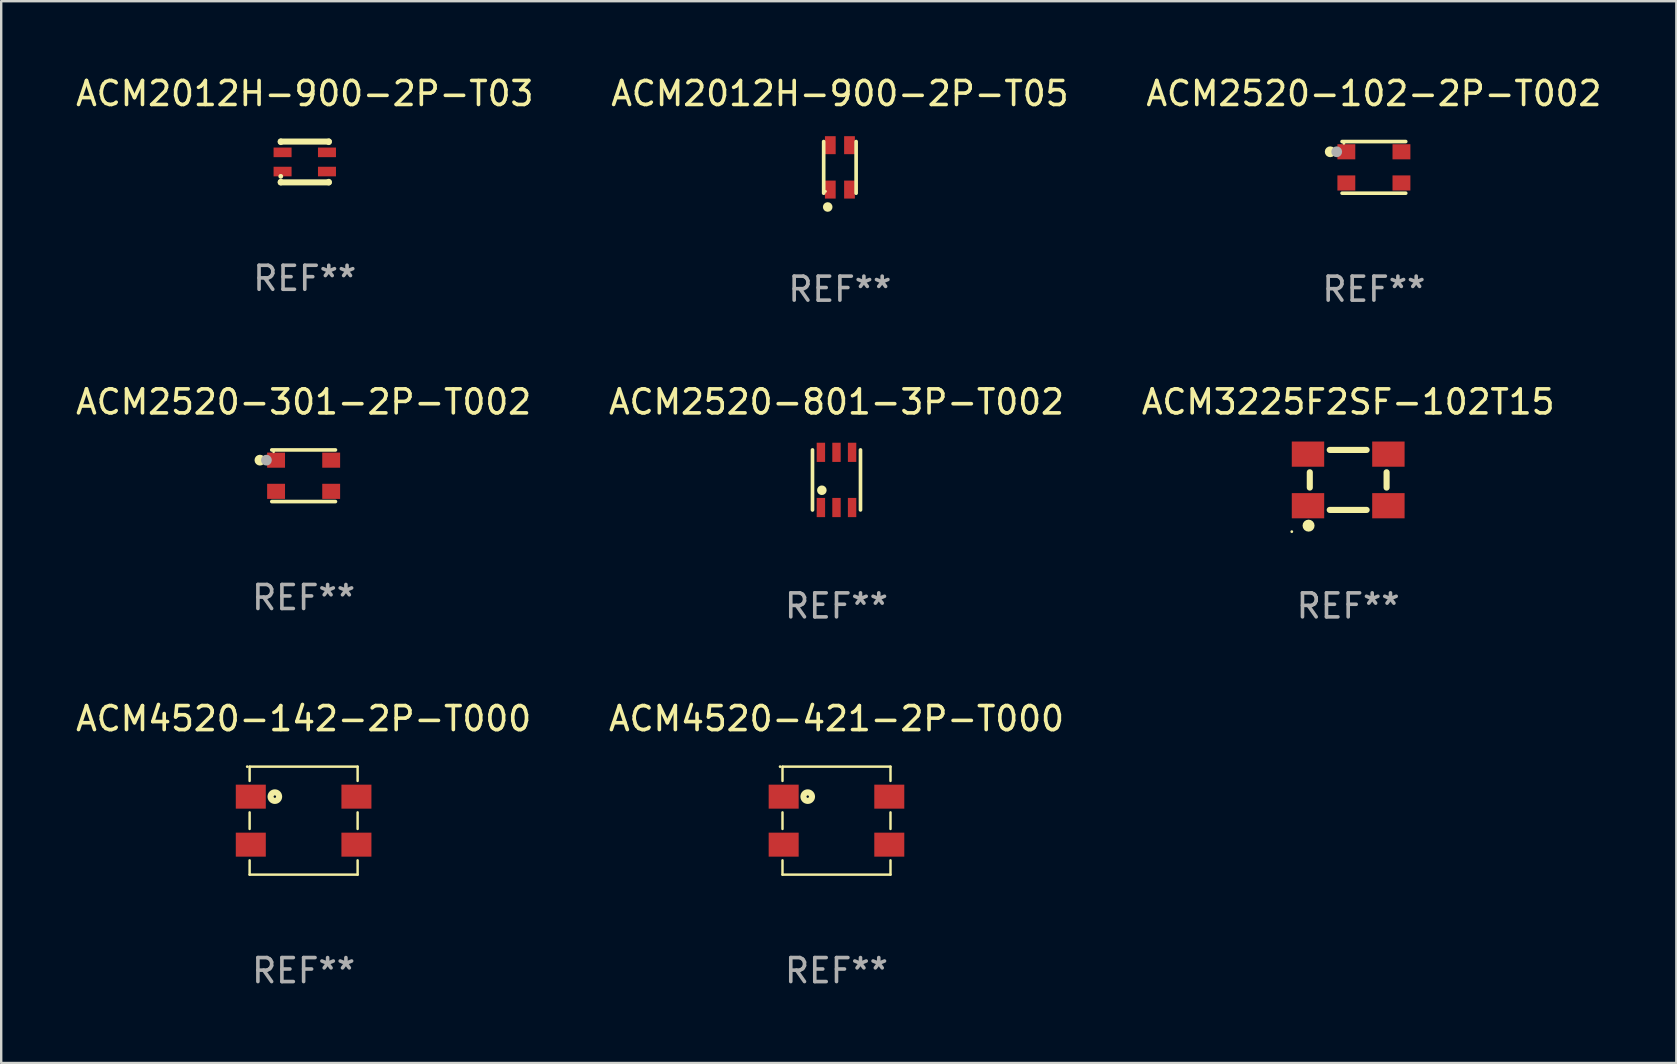
<source format=kicad_pcb>
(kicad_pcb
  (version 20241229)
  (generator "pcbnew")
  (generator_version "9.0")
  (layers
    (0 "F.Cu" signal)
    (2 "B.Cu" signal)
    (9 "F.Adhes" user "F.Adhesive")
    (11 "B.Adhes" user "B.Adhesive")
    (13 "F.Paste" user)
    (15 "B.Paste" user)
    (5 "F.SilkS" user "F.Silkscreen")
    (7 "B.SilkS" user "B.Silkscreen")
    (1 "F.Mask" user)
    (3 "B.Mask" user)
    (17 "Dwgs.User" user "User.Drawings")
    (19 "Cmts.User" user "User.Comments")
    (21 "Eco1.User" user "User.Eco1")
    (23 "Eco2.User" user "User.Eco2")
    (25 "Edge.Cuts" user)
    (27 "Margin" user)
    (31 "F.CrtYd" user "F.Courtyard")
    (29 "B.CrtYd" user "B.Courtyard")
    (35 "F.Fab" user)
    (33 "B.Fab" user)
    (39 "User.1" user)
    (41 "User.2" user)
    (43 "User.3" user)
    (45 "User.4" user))
  (footprint "ACM2520-102-2P-T002"
    (layer "F.Cu")
    (at 54.196 3.924)
    (property "Reference" "ACM2520-102-2P-T002" (at 0 -3.076 0) (layer "F.SilkS") (effects (font (size 1 1) (thickness 0.15))))
    (attr through_hole)
    (fp_line (start -1.326 -1.076) (end 1.326 -1.076) (stroke (width 0.152) (type solid)) (layer "F.SilkS"))
    (fp_line (start -1.326 1.076) (end 1.326 1.076) (stroke (width 0.152) (type solid)) (layer "F.SilkS"))
    (fp_circle (center -1.82 -0.65) (end -1.707 -0.65) (stroke (width 0.225) (type solid)) (fill no) (layer "F.SilkS"))
    (fp_circle (center -1.25 -1) (end -1.22 -1) (stroke (width 0.06) (type solid)) (fill no) (layer "F.SilkS"))
    (fp_circle (center -1.55 -0.65) (end -1.437 -0.65) (stroke (width 0.225) (type solid)) (fill no) (layer "F.Fab"))
    (fp_text user "REF**" (at 0 5.076 0) (layer "F.Fab") (effects (font (size 1 1) (thickness 0.15))))
    (pad "1" smd rect (at -1.148 -0.65 270) (size 0.63 0.745) (layers "F.Cu" "F.Mask" "F.Paste"))
    (pad "2" smd rect (at -1.148 0.65 270) (size 0.63 0.745) (layers "F.Cu" "F.Mask" "F.Paste"))
    (pad "3" smd rect (at 1.148 0.65 270) (size 0.63 0.745) (layers "F.Cu" "F.Mask" "F.Paste"))
    (pad "4" smd rect (at 1.148 -0.65 270) (size 0.63 0.745) (layers "F.Cu" "F.Mask" "F.Paste")))
  (footprint "ACM2520-301-2P-T002"
    (layer "F.Cu")
    (at 9.601 16.773)
    (property "Reference" "ACM2520-301-2P-T002" (at 0 -3.076 0) (layer "F.SilkS") (effects (font (size 1 1) (thickness 0.15))))
    (attr through_hole)
    (fp_line (start -1.326 -1.076) (end 1.326 -1.076) (stroke (width 0.152) (type solid)) (layer "F.SilkS"))
    (fp_line (start -1.326 1.076) (end 1.326 1.076) (stroke (width 0.152) (type solid)) (layer "F.SilkS"))
    (fp_circle (center -1.82 -0.65) (end -1.707 -0.65) (stroke (width 0.225) (type solid)) (fill no) (layer "F.SilkS"))
    (fp_circle (center -1.25 -1) (end -1.22 -1) (stroke (width 0.06) (type solid)) (fill no) (layer "F.SilkS"))
    (fp_circle (center -1.55 -0.65) (end -1.437 -0.65) (stroke (width 0.225) (type solid)) (fill no) (layer "F.Fab"))
    (fp_text user "REF**" (at 0 5.076 0) (layer "F.Fab") (effects (font (size 1 1) (thickness 0.15))))
    (pad "1" smd rect (at -1.148 -0.65 270) (size 0.63 0.745) (layers "F.Cu" "F.Mask" "F.Paste"))
    (pad "2" smd rect (at -1.148 0.65 270) (size 0.63 0.745) (layers "F.Cu" "F.Mask" "F.Paste"))
    (pad "3" smd rect (at 1.148 0.65 270) (size 0.63 0.745) (layers "F.Cu" "F.Mask" "F.Paste"))
    (pad "4" smd rect (at 1.148 -0.65 270) (size 0.63 0.745) (layers "F.Cu" "F.Mask" "F.Paste")))
  (footprint "ACM3225F2SF-102T15"
    (layer "F.Cu")
    (at 53.125 16.947)
    (property "Reference" "ACM3225F2SF-102T15" (at 0 -3.25 0) (layer "F.SilkS") (effects (font (size 1 1) (thickness 0.15))))
    (attr through_hole)
    (fp_line (start -1.6 0.319) (end -1.6 -0.319) (stroke (width 0.254) (type solid)) (layer "F.SilkS"))
    (fp_line (start -0.769 -1.25) (end 0.769 -1.25) (stroke (width 0.254) (type solid)) (layer "F.SilkS"))
    (fp_line (start -0.769 1.25) (end 0.769 1.25) (stroke (width 0.254) (type solid)) (layer "F.SilkS"))
    (fp_line (start 1.6 0.319) (end 1.6 -0.319) (stroke (width 0.254) (type solid)) (layer "F.SilkS"))
    (fp_circle (center -2.35 2.155) (end -2.32 2.155) (stroke (width 0.06) (type solid)) (fill no) (layer "F.SilkS"))
    (fp_circle (center -1.651 1.905) (end -1.526 1.905) (stroke (width 0.25) (type solid)) (fill no) (layer "F.SilkS"))
    (fp_text user "REF**" (at 0 5.25 0) (layer "F.Fab") (effects (font (size 1 1) (thickness 0.15))))
    (pad "1" smd rect (at -1.675 1.075 90) (size 1.05 1.35) (layers "F.Cu" "F.Mask" "F.Paste"))
    (pad "2" smd rect (at 1.675 1.075 90) (size 1.05 1.35) (layers "F.Cu" "F.Mask" "F.Paste"))
    (pad "3" smd rect (at 1.675 -1.075 90) (size 1.05 1.35) (layers "F.Cu" "F.Mask" "F.Paste"))
    (pad "4" smd rect (at -1.675 -1.075 90) (size 1.05 1.35) (layers "F.Cu" "F.Mask" "F.Paste")))
  (footprint "ACM2012H-900-2P-T03"
    (layer "F.Cu")
    (at 9.649 3.698)
    (property "Reference" "ACM2012H-900-2P-T03" (at 0 -2.85 0) (layer "F.SilkS") (effects (font (size 1 1) (thickness 0.15))))
    (attr through_hole)
    (fp_line (start -1 -0.85) (end -1 -0.831) (stroke (width 0.254) (type solid)) (layer "F.SilkS"))
    (fp_line (start -1 -0.85) (end 1 -0.85) (stroke (width 0.254) (type solid)) (layer "F.SilkS"))
    (fp_line (start -1 0.831) (end -1 0.85) (stroke (width 0.254) (type solid)) (layer "F.SilkS"))
    (fp_line (start -1 0.85) (end 1 0.85) (stroke (width 0.254) (type solid)) (layer "F.SilkS"))
    (fp_line (start 1 -0.85) (end 1 -0.831) (stroke (width 0.254) (type solid)) (layer "F.SilkS"))
    (fp_line (start 1 0.831) (end 1 0.85) (stroke (width 0.254) (type solid)) (layer "F.SilkS"))
    (fp_circle (center -1 0.6) (end -0.95 0.6) (stroke (width 0.1) (type solid)) (fill no) (layer "F.SilkS"))
    (fp_text user "REF**" (at 0 4.85 0) (layer "F.Fab") (effects (font (size 1 1) (thickness 0.15))))
    (pad "1" smd rect (at -0.925 0.4) (size 0.75 0.4) (layers "F.Cu" "F.Mask" "F.Paste"))
    (pad "2" smd rect (at -0.925 -0.4) (size 0.75 0.4) (layers "F.Cu" "F.Mask" "F.Paste"))
    (pad "3" smd rect (at 0.925 -0.4) (size 0.75 0.4) (layers "F.Cu" "F.Mask" "F.Paste"))
    (pad "4" smd rect (at 0.925 0.4) (size 0.75 0.4) (layers "F.Cu" "F.Mask" "F.Paste")))
  (footprint "ACM4520-421-2P-T000"
    (layer "F.Cu")
    (at 31.804 31.144)
    (property "Reference" "ACM4520-421-2P-T000" (at 0 -4.25 0) (layer "F.SilkS") (effects (font (size 1 1) (thickness 0.15))))
    (attr through_hole)
    (fp_line (start -2.25 -2.25) (end -2.25 -1.655) (stroke (width 0.102) (type solid)) (layer "F.SilkS"))
    (fp_line (start -2.25 -0.345) (end -2.25 0.346) (stroke (width 0.102) (type solid)) (layer "F.SilkS"))
    (fp_line (start -2.25 1.654) (end -2.25 2.25) (stroke (width 0.102) (type solid)) (layer "F.SilkS"))
    (fp_line (start -2.25 2.25) (end 2.25 2.25) (stroke (width 0.102) (type solid)) (layer "F.SilkS"))
    (fp_line (start 2.25 -2.25) (end -2.25 -2.25) (stroke (width 0.102) (type solid)) (layer "F.SilkS"))
    (fp_line (start 2.25 -1.655) (end 2.25 -2.25) (stroke (width 0.102) (type solid)) (layer "F.SilkS"))
    (fp_line (start 2.25 0.346) (end 2.25 -0.345) (stroke (width 0.102) (type solid)) (layer "F.SilkS"))
    (fp_line (start 2.25 2.25) (end 2.25 1.654) (stroke (width 0.102) (type solid)) (layer "F.SilkS"))
    (fp_circle (center -2.35 -2.25) (end -2.32 -2.25) (stroke (width 0.06) (type solid)) (fill no) (layer "F.SilkS"))
    (fp_circle (center -1.199 -1.001) (end -1.148 -1.001) (stroke (width 0.254) (type solid)) (fill no) (layer "F.SilkS"))
    (fp_text user "REF**" (at 0 6.25 0) (layer "F.Fab") (effects (font (size 1 1) (thickness 0.15))))
    (pad "1" smd rect (at -2.201 -1 90) (size 1 1.25) (layers "F.Cu" "F.Mask" "F.Paste"))
    (pad "2" smd rect (at -2.201 1 90) (size 1 1.25) (layers "F.Cu" "F.Mask" "F.Paste"))
    (pad "3" smd rect (at 2.2 1 90) (size 1 1.25) (layers "F.Cu" "F.Mask" "F.Paste"))
    (pad "4" smd rect (at 2.2 -1 90) (size 1 1.25) (layers "F.Cu" "F.Mask" "F.Paste")))
  (footprint "ACM2520-801-3P-T002"
    (layer "F.Cu")
    (at 31.804 16.947)
    (property "Reference" "ACM2520-801-3P-T002" (at 0 -3.25 0) (layer "F.SilkS") (effects (font (size 1 1) (thickness 0.15))))
    (attr through_hole)
    (fp_line (start -1 1.25) (end -1 -1.25) (stroke (width 0.152) (type solid)) (layer "F.SilkS"))
    (fp_line (start 1 -1.25) (end 1 1.25) (stroke (width 0.152) (type solid)) (layer "F.SilkS"))
    (fp_circle (center -1 1.25) (end -0.97 1.25) (stroke (width 0.06) (type solid)) (fill no) (layer "F.SilkS"))
    (fp_circle (center -0.61 0.43) (end -0.51 0.43) (stroke (width 0.2) (type solid)) (fill no) (layer "F.SilkS"))
    (fp_text user "REF**" (at 0 5.25 0) (layer "F.Fab") (effects (font (size 1 1) (thickness 0.15))))
    (pad "1" smd rect (at -0.65 1.15 180) (size 0.35 0.8) (layers "F.Cu" "F.Mask" "F.Paste"))
    (pad "2" smd rect (at 0 1.15 180) (size 0.35 0.8) (layers "F.Cu" "F.Mask" "F.Paste"))
    (pad "3" smd rect (at 0.65 1.15 180) (size 0.35 0.8) (layers "F.Cu" "F.Mask" "F.Paste"))
    (pad "4" smd rect (at 0.65 -1.15) (size 0.35 0.8) (layers "F.Cu" "F.Mask" "F.Paste"))
    (pad "5" smd rect (at 0 -1.15) (size 0.35 0.8) (layers "F.Cu" "F.Mask" "F.Paste"))
    (pad "6" smd rect (at -0.65 -1.15) (size 0.35 0.8) (layers "F.Cu" "F.Mask" "F.Paste")))
  (footprint "ACM4520-142-2P-T000"
    (layer "F.Cu")
    (at 9.601 31.144)
    (property "Reference" "ACM4520-142-2P-T000" (at 0 -4.25 0) (layer "F.SilkS") (effects (font (size 1 1) (thickness 0.15))))
    (attr through_hole)
    (fp_line (start -2.25 -2.25) (end -2.25 -1.655) (stroke (width 0.102) (type solid)) (layer "F.SilkS"))
    (fp_line (start -2.25 -0.345) (end -2.25 0.346) (stroke (width 0.102) (type solid)) (layer "F.SilkS"))
    (fp_line (start -2.25 1.654) (end -2.25 2.25) (stroke (width 0.102) (type solid)) (layer "F.SilkS"))
    (fp_line (start -2.25 2.25) (end 2.25 2.25) (stroke (width 0.102) (type solid)) (layer "F.SilkS"))
    (fp_line (start 2.25 -2.25) (end -2.25 -2.25) (stroke (width 0.102) (type solid)) (layer "F.SilkS"))
    (fp_line (start 2.25 -1.655) (end 2.25 -2.25) (stroke (width 0.102) (type solid)) (layer "F.SilkS"))
    (fp_line (start 2.25 0.346) (end 2.25 -0.345) (stroke (width 0.102) (type solid)) (layer "F.SilkS"))
    (fp_line (start 2.25 2.25) (end 2.25 1.654) (stroke (width 0.102) (type solid)) (layer "F.SilkS"))
    (fp_circle (center -2.35 -2.25) (end -2.32 -2.25) (stroke (width 0.06) (type solid)) (fill no) (layer "F.SilkS"))
    (fp_circle (center -1.199 -1.001) (end -1.148 -1.001) (stroke (width 0.254) (type solid)) (fill no) (layer "F.SilkS"))
    (fp_text user "REF**" (at 0 6.25 0) (layer "F.Fab") (effects (font (size 1 1) (thickness 0.15))))
    (pad "1" smd rect (at -2.201 -1 90) (size 1 1.25) (layers "F.Cu" "F.Mask" "F.Paste"))
    (pad "2" smd rect (at -2.201 1 90) (size 1 1.25) (layers "F.Cu" "F.Mask" "F.Paste"))
    (pad "3" smd rect (at 2.2 1 90) (size 1 1.25) (layers "F.Cu" "F.Mask" "F.Paste"))
    (pad "4" smd rect (at 2.2 -1 90) (size 1 1.25) (layers "F.Cu" "F.Mask" "F.Paste")))
  (footprint "ACM2012H-900-2P-T05"
    (layer "F.Cu")
    (at 31.946 3.924)
    (property "Reference" "ACM2012H-900-2P-T05" (at 0 -3.076 0) (layer "F.SilkS") (effects (font (size 1 1) (thickness 0.15))))
    (attr through_hole)
    (fp_line (start -0.676 1.076) (end -0.676 -1.076) (stroke (width 0.152) (type solid)) (layer "F.SilkS"))
    (fp_line (start 0.676 1.076) (end 0.676 -1.076) (stroke (width 0.152) (type solid)) (layer "F.SilkS"))
    (fp_circle (center -0.6 1) (end -0.57 1) (stroke (width 0.06) (type solid)) (fill no) (layer "F.SilkS"))
    (fp_circle (center -0.508 1.651) (end -0.408 1.651) (stroke (width 0.2) (type solid)) (fill no) (layer "F.SilkS"))
    (fp_text user "REF**" (at 0 5.076 0) (layer "F.Fab") (effects (font (size 1 1) (thickness 0.15))))
    (pad "1" smd rect (at -0.4 0.925) (size 0.448 0.75) (layers "F.Cu" "F.Mask" "F.Paste"))
    (pad "2" smd rect (at 0.4 0.925) (size 0.448 0.75) (layers "F.Cu" "F.Mask" "F.Paste"))
    (pad "3" smd rect (at 0.4 -0.925) (size 0.448 0.75) (layers "F.Cu" "F.Mask" "F.Paste"))
    (pad "4" smd rect (at -0.4 -0.925) (size 0.448 0.75) (layers "F.Cu" "F.Mask" "F.Paste")))
  (gr_rect
    (start -3 -3)
    (end 66.798 41.242)
    (stroke (width 0.1) (type default))
    (fill no)
    (layer "Edge.Cuts")))
</source>
